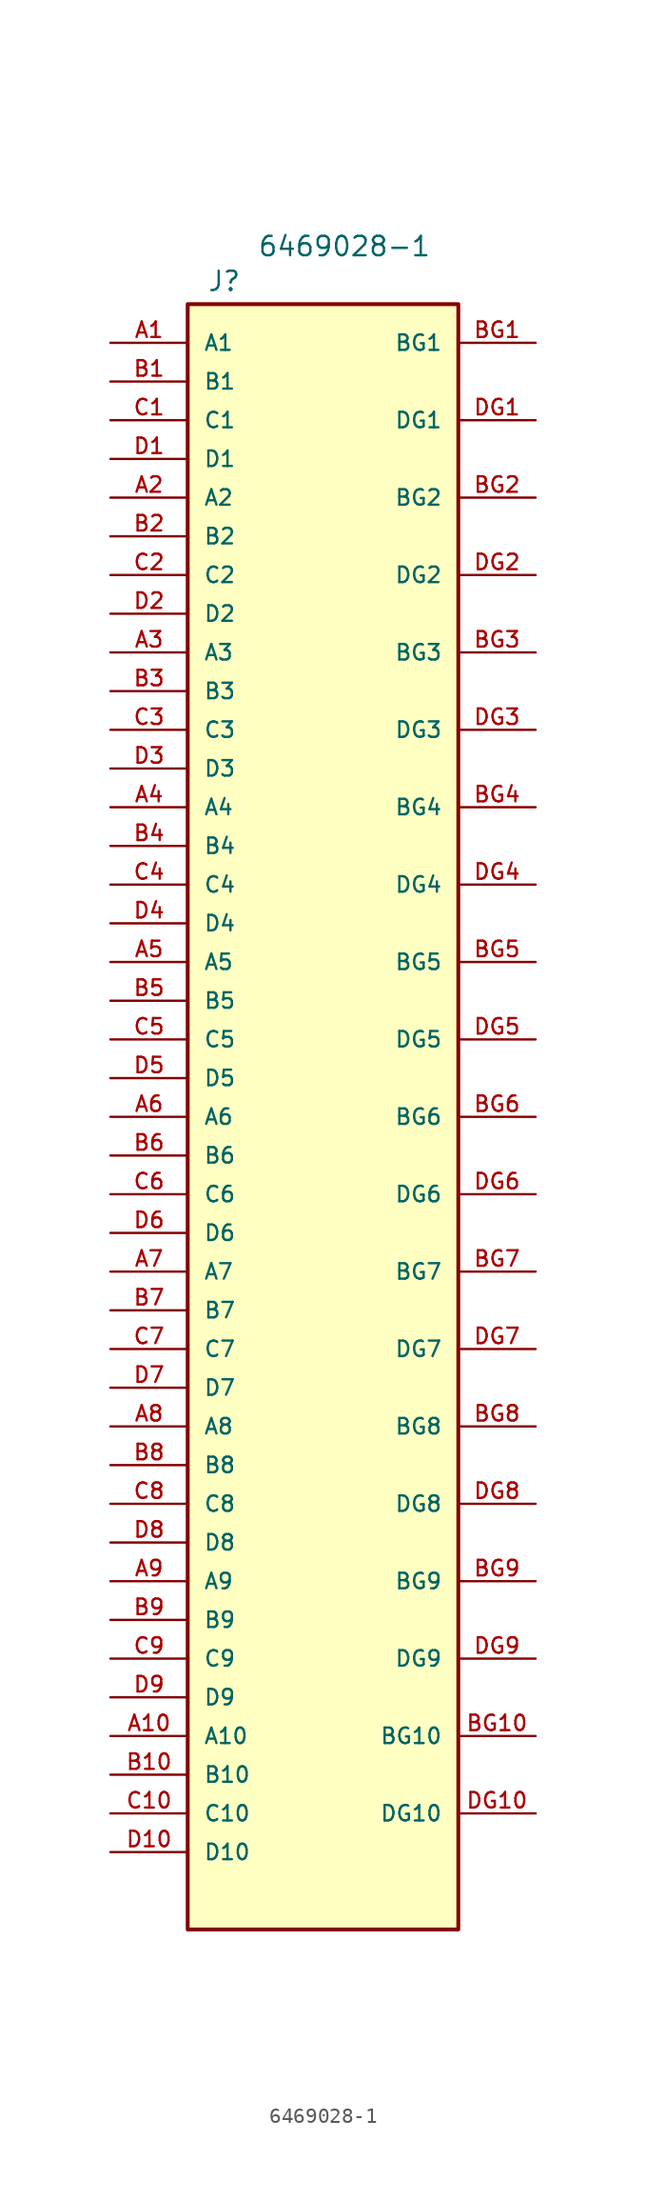
<source format=kicad_sym>
(kicad_symbol_lib
  (version 20241209)
  (generator "kicad_symbol_editor")
  (generator_version "9.0")
  (symbol "6469028-1"
    (pin_names
      (offset 1.016))
    (property "Reference" "J"
      (at -7.62 28.702 0)
      (effects (font (size 1.27 1.27)) (justify left bottom)))
    (property "Value" "6469028-1"
      (at -4.318 30.988 0)
      (effects (font (size 1.27 1.27)) (justify left bottom)))
    (symbol "6469028-1_1_0"
      (rectangle (start -8.89 27.94) (end 8.89 -78.74) (stroke (width 0.254) (type default)) (fill (type background)))
      (pin passive line (at -13.97 25.4 0) (length 5.08) (name "A1" (effects (font (size 1.016 1.016)))) (number "A1" (effects (font (size 1.016 1.016)))))
      (pin passive line (at -13.97 22.86 0) (length 5.08) (name "B1" (effects (font (size 1.016 1.016)))) (number "B1" (effects (font (size 1.016 1.016)))))
      (pin passive line (at -13.97 20.32 0) (length 5.08) (name "C1" (effects (font (size 1.016 1.016)))) (number "C1" (effects (font (size 1.016 1.016)))))
      (pin passive line (at -13.97 17.78 0) (length 5.08) (name "D1" (effects (font (size 1.016 1.016)))) (number "D1" (effects (font (size 1.016 1.016)))))
      (pin passive line (at -13.97 15.24 0) (length 5.08) (name "A2" (effects (font (size 1.016 1.016)))) (number "A2" (effects (font (size 1.016 1.016)))))
      (pin passive line (at -13.97 12.7 0) (length 5.08) (name "B2" (effects (font (size 1.016 1.016)))) (number "B2" (effects (font (size 1.016 1.016)))))
      (pin passive line (at -13.97 10.16 0) (length 5.08) (name "C2" (effects (font (size 1.016 1.016)))) (number "C2" (effects (font (size 1.016 1.016)))))
      (pin passive line (at -13.97 7.62 0) (length 5.08) (name "D2" (effects (font (size 1.016 1.016)))) (number "D2" (effects (font (size 1.016 1.016)))))
      (pin passive line (at -13.97 5.08 0) (length 5.08) (name "A3" (effects (font (size 1.016 1.016)))) (number "A3" (effects (font (size 1.016 1.016)))))
      (pin passive line (at -13.97 2.54 0) (length 5.08) (name "B3" (effects (font (size 1.016 1.016)))) (number "B3" (effects (font (size 1.016 1.016)))))
      (pin passive line (at -13.97 0 0) (length 5.08) (name "C3" (effects (font (size 1.016 1.016)))) (number "C3" (effects (font (size 1.016 1.016)))))
      (pin passive line (at -13.97 -2.54 0) (length 5.08) (name "D3" (effects (font (size 1.016 1.016)))) (number "D3" (effects (font (size 1.016 1.016)))))
      (pin passive line (at -13.97 -5.08 0) (length 5.08) (name "A4" (effects (font (size 1.016 1.016)))) (number "A4" (effects (font (size 1.016 1.016)))))
      (pin passive line (at -13.97 -7.62 0) (length 5.08) (name "B4" (effects (font (size 1.016 1.016)))) (number "B4" (effects (font (size 1.016 1.016)))))
      (pin passive line (at -13.97 -10.16 0) (length 5.08) (name "C4" (effects (font (size 1.016 1.016)))) (number "C4" (effects (font (size 1.016 1.016)))))
      (pin passive line (at -13.97 -12.7 0) (length 5.08) (name "D4" (effects (font (size 1.016 1.016)))) (number "D4" (effects (font (size 1.016 1.016)))))
      (pin passive line (at -13.97 -15.24 0) (length 5.08) (name "A5" (effects (font (size 1.016 1.016)))) (number "A5" (effects (font (size 1.016 1.016)))))
      (pin passive line (at -13.97 -17.78 0) (length 5.08) (name "B5" (effects (font (size 1.016 1.016)))) (number "B5" (effects (font (size 1.016 1.016)))))
      (pin passive line (at -13.97 -20.32 0) (length 5.08) (name "C5" (effects (font (size 1.016 1.016)))) (number "C5" (effects (font (size 1.016 1.016)))))
      (pin passive line (at -13.97 -22.86 0) (length 5.08) (name "D5" (effects (font (size 1.016 1.016)))) (number "D5" (effects (font (size 1.016 1.016)))))
      (pin passive line (at -13.97 -25.4 0) (length 5.08) (name "A6" (effects (font (size 1.016 1.016)))) (number "A6" (effects (font (size 1.016 1.016)))))
      (pin passive line (at -13.97 -27.94 0) (length 5.08) (name "B6" (effects (font (size 1.016 1.016)))) (number "B6" (effects (font (size 1.016 1.016)))))
      (pin passive line (at -13.97 -30.48 0) (length 5.08) (name "C6" (effects (font (size 1.016 1.016)))) (number "C6" (effects (font (size 1.016 1.016)))))
      (pin passive line (at -13.97 -33.02 0) (length 5.08) (name "D6" (effects (font (size 1.016 1.016)))) (number "D6" (effects (font (size 1.016 1.016)))))
      (pin passive line (at -13.97 -35.56 0) (length 5.08) (name "A7" (effects (font (size 1.016 1.016)))) (number "A7" (effects (font (size 1.016 1.016)))))
      (pin passive line (at -13.97 -38.1 0) (length 5.08) (name "B7" (effects (font (size 1.016 1.016)))) (number "B7" (effects (font (size 1.016 1.016)))))
      (pin passive line (at -13.97 -40.64 0) (length 5.08) (name "C7" (effects (font (size 1.016 1.016)))) (number "C7" (effects (font (size 1.016 1.016)))))
      (pin passive line (at -13.97 -43.18 0) (length 5.08) (name "D7" (effects (font (size 1.016 1.016)))) (number "D7" (effects (font (size 1.016 1.016)))))
      (pin passive line (at -13.97 -45.72 0) (length 5.08) (name "A8" (effects (font (size 1.016 1.016)))) (number "A8" (effects (font (size 1.016 1.016)))))
      (pin passive line (at -13.97 -48.26 0) (length 5.08) (name "B8" (effects (font (size 1.016 1.016)))) (number "B8" (effects (font (size 1.016 1.016)))))
      (pin passive line (at -13.97 -50.8 0) (length 5.08) (name "C8" (effects (font (size 1.016 1.016)))) (number "C8" (effects (font (size 1.016 1.016)))))
      (pin passive line (at -13.97 -53.34 0) (length 5.08) (name "D8" (effects (font (size 1.016 1.016)))) (number "D8" (effects (font (size 1.016 1.016)))))
      (pin passive line (at -13.97 -55.88 0) (length 5.08) (name "A9" (effects (font (size 1.016 1.016)))) (number "A9" (effects (font (size 1.016 1.016)))))
      (pin passive line (at -13.97 -58.42 0) (length 5.08) (name "B9" (effects (font (size 1.016 1.016)))) (number "B9" (effects (font (size 1.016 1.016)))))
      (pin passive line (at -13.97 -60.96 0) (length 5.08) (name "C9" (effects (font (size 1.016 1.016)))) (number "C9" (effects (font (size 1.016 1.016)))))
      (pin passive line (at -13.97 -63.5 0) (length 5.08) (name "D9" (effects (font (size 1.016 1.016)))) (number "D9" (effects (font (size 1.016 1.016)))))
      (pin passive line (at -13.97 -66.04 0) (length 5.08) (name "A10" (effects (font (size 1.016 1.016)))) (number "A10" (effects (font (size 1.016 1.016)))))
      (pin passive line (at -13.97 -68.58 0) (length 5.08) (name "B10" (effects (font (size 1.016 1.016)))) (number "B10" (effects (font (size 1.016 1.016)))))
      (pin passive line (at -13.97 -71.12 0) (length 5.08) (name "C10" (effects (font (size 1.016 1.016)))) (number "C10" (effects (font (size 1.016 1.016)))))
      (pin passive line (at -13.97 -73.66 0) (length 5.08) (name "D10" (effects (font (size 1.016 1.016)))) (number "D10" (effects (font (size 1.016 1.016)))))
      (pin passive line (at 13.97 25.4 180) (length 5.08) (name "BG1" (effects (font (size 1.016 1.016)))) (number "BG1" (effects (font (size 1.016 1.016)))))
      (pin passive line (at 13.97 20.32 180) (length 5.08) (name "DG1" (effects (font (size 1.016 1.016)))) (number "DG1" (effects (font (size 1.016 1.016)))))
      (pin passive line (at 13.97 15.24 180) (length 5.08) (name "BG2" (effects (font (size 1.016 1.016)))) (number "BG2" (effects (font (size 1.016 1.016)))))
      (pin passive line (at 13.97 10.16 180) (length 5.08) (name "DG2" (effects (font (size 1.016 1.016)))) (number "DG2" (effects (font (size 1.016 1.016)))))
      (pin passive line (at 13.97 5.08 180) (length 5.08) (name "BG3" (effects (font (size 1.016 1.016)))) (number "BG3" (effects (font (size 1.016 1.016)))))
      (pin passive line (at 13.97 0 180) (length 5.08) (name "DG3" (effects (font (size 1.016 1.016)))) (number "DG3" (effects (font (size 1.016 1.016)))))
      (pin passive line (at 13.97 -5.08 180) (length 5.08) (name "BG4" (effects (font (size 1.016 1.016)))) (number "BG4" (effects (font (size 1.016 1.016)))))
      (pin passive line (at 13.97 -10.16 180) (length 5.08) (name "DG4" (effects (font (size 1.016 1.016)))) (number "DG4" (effects (font (size 1.016 1.016)))))
      (pin passive line (at 13.97 -15.24 180) (length 5.08) (name "BG5" (effects (font (size 1.016 1.016)))) (number "BG5" (effects (font (size 1.016 1.016)))))
      (pin passive line (at 13.97 -20.32 180) (length 5.08) (name "DG5" (effects (font (size 1.016 1.016)))) (number "DG5" (effects (font (size 1.016 1.016)))))
      (pin passive line (at 13.97 -25.4 180) (length 5.08) (name "BG6" (effects (font (size 1.016 1.016)))) (number "BG6" (effects (font (size 1.016 1.016)))))
      (pin passive line (at 13.97 -30.48 180) (length 5.08) (name "DG6" (effects (font (size 1.016 1.016)))) (number "DG6" (effects (font (size 1.016 1.016)))))
      (pin passive line (at 13.97 -35.56 180) (length 5.08) (name "BG7" (effects (font (size 1.016 1.016)))) (number "BG7" (effects (font (size 1.016 1.016)))))
      (pin passive line (at 13.97 -40.64 180) (length 5.08) (name "DG7" (effects (font (size 1.016 1.016)))) (number "DG7" (effects (font (size 1.016 1.016)))))
      (pin passive line (at 13.97 -45.72 180) (length 5.08) (name "BG8" (effects (font (size 1.016 1.016)))) (number "BG8" (effects (font (size 1.016 1.016)))))
      (pin passive line (at 13.97 -50.8 180) (length 5.08) (name "DG8" (effects (font (size 1.016 1.016)))) (number "DG8" (effects (font (size 1.016 1.016)))))
      (pin passive line (at 13.97 -55.88 180) (length 5.08) (name "BG9" (effects (font (size 1.016 1.016)))) (number "BG9" (effects (font (size 1.016 1.016)))))
      (pin passive line (at 13.97 -60.96 180) (length 5.08) (name "DG9" (effects (font (size 1.016 1.016)))) (number "DG9" (effects (font (size 1.016 1.016)))))
      (pin passive line (at 13.97 -66.04 180) (length 5.08) (name "BG10" (effects (font (size 1.016 1.016)))) (number "BG10" (effects (font (size 1.016 1.016)))))
      (pin passive line (at 13.97 -71.12 180) (length 5.08) (name "DG10" (effects (font (size 1.016 1.016)))) (number "DG10" (effects (font (size 1.016 1.016))))))))
</source>
